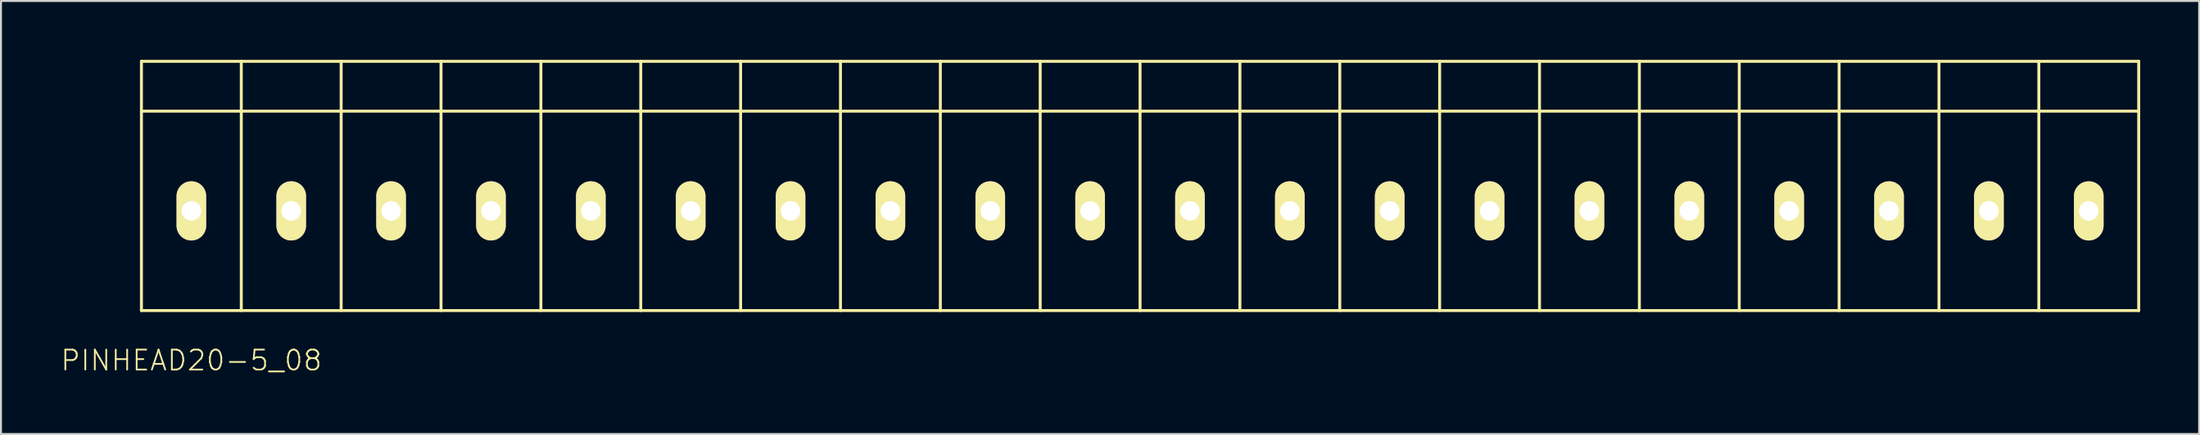
<source format=kicad_pcb>
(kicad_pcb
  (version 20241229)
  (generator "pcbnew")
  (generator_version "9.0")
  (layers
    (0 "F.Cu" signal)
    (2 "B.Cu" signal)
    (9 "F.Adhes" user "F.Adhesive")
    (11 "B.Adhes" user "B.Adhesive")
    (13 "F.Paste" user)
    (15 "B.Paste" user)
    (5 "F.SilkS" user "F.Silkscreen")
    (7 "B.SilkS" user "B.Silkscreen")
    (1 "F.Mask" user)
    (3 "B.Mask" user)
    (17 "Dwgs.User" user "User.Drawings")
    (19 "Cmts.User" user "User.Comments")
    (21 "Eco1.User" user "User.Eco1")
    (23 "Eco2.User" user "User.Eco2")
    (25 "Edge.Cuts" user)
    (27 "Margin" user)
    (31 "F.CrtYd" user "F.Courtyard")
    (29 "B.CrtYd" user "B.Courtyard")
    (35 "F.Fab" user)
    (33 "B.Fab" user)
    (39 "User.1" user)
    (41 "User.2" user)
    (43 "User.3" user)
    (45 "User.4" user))
  (footprint "PINHEAD20-5_08"
    (layer "F.Cu")
    (at 54.944 7.695)
    (property "Reference" "PINHEAD20-5_08" (at -48.26 7.62 0) (layer "F.SilkS") (effects (font (size 1.016 1.016) (thickness 0.089))))
    (attr exclude_from_pos_files exclude_from_bom)
    (fp_line (start -50.8 -7.62) (end 50.8 -7.62) (stroke (width 0.15) (type solid)) (layer "F.SilkS"))
    (fp_line (start -50.8 -5.08) (end 50.8 -5.08) (stroke (width 0.15) (type solid)) (layer "F.SilkS"))
    (fp_line (start -50.8 5.08) (end -50.8 -7.62) (stroke (width 0.15) (type solid)) (layer "F.SilkS"))
    (fp_line (start -45.72 -7.62) (end -45.72 5.08) (stroke (width 0.15) (type solid)) (layer "F.SilkS"))
    (fp_line (start -40.64 -7.62) (end -40.64 5.08) (stroke (width 0.15) (type solid)) (layer "F.SilkS"))
    (fp_line (start -35.56 -7.62) (end -35.56 5.08) (stroke (width 0.15) (type solid)) (layer "F.SilkS"))
    (fp_line (start -30.48 -7.62) (end -30.48 5.08) (stroke (width 0.15) (type solid)) (layer "F.SilkS"))
    (fp_line (start -25.4 -7.62) (end -25.4 5.08) (stroke (width 0.15) (type solid)) (layer "F.SilkS"))
    (fp_line (start -20.32 -7.62) (end -20.32 5.08) (stroke (width 0.15) (type solid)) (layer "F.SilkS"))
    (fp_line (start -15.24 -7.62) (end -15.24 5.08) (stroke (width 0.15) (type solid)) (layer "F.SilkS"))
    (fp_line (start -10.16 -7.62) (end -10.16 5.08) (stroke (width 0.15) (type solid)) (layer "F.SilkS"))
    (fp_line (start -5.08 -7.62) (end -5.08 5.08) (stroke (width 0.15) (type solid)) (layer "F.SilkS"))
    (fp_line (start 0 -7.62) (end 0 5.08) (stroke (width 0.15) (type solid)) (layer "F.SilkS"))
    (fp_line (start 5.08 -7.62) (end 5.08 5.08) (stroke (width 0.15) (type solid)) (layer "F.SilkS"))
    (fp_line (start 10.16 -7.62) (end 10.16 5.08) (stroke (width 0.15) (type solid)) (layer "F.SilkS"))
    (fp_line (start 15.24 -7.62) (end 15.24 5.08) (stroke (width 0.15) (type solid)) (layer "F.SilkS"))
    (fp_line (start 20.32 -7.62) (end 20.32 5.08) (stroke (width 0.15) (type solid)) (layer "F.SilkS"))
    (fp_line (start 25.4 -7.62) (end 25.4 5.08) (stroke (width 0.15) (type solid)) (layer "F.SilkS"))
    (fp_line (start 30.48 -7.62) (end 30.48 5.08) (stroke (width 0.15) (type solid)) (layer "F.SilkS"))
    (fp_line (start 35.56 -7.62) (end 35.56 5.08) (stroke (width 0.15) (type solid)) (layer "F.SilkS"))
    (fp_line (start 40.64 -7.62) (end 40.64 5.08) (stroke (width 0.15) (type solid)) (layer "F.SilkS"))
    (fp_line (start 45.72 -7.62) (end 45.72 5.08) (stroke (width 0.15) (type solid)) (layer "F.SilkS"))
    (fp_line (start 50.8 -7.62) (end 50.8 5.08) (stroke (width 0.15) (type solid)) (layer "F.SilkS"))
    (fp_line (start 50.8 5.08) (end -50.8 5.08) (stroke (width 0.15) (type solid)) (layer "F.SilkS"))
    (pad "1" thru_hole oval (at -48.26 0) (size 1.506 3.015) (drill 0.998) (layers "*.Cu" "F.Mask" "F.SilkS" "F.Paste"))
    (pad "2" thru_hole oval (at -43.18 0) (size 1.506 3.015) (drill 0.998) (layers "*.Cu" "F.Mask" "F.SilkS" "F.Paste"))
    (pad "3" thru_hole oval (at -38.1 0) (size 1.506 3.015) (drill 0.998) (layers "*.Cu" "F.Mask" "F.SilkS" "F.Paste"))
    (pad "4" thru_hole oval (at -33.02 0) (size 1.506 3.015) (drill 0.998) (layers "*.Cu" "F.Mask" "F.SilkS" "F.Paste"))
    (pad "5" thru_hole oval (at -27.94 0) (size 1.506 3.015) (drill 0.998) (layers "*.Cu" "F.Mask" "F.SilkS" "F.Paste"))
    (pad "6" thru_hole oval (at -22.86 0) (size 1.506 3.015) (drill 0.998) (layers "*.Cu" "F.Mask" "F.SilkS" "F.Paste"))
    (pad "7" thru_hole oval (at -17.78 0) (size 1.506 3.015) (drill 0.998) (layers "*.Cu" "F.Mask" "F.SilkS" "F.Paste"))
    (pad "8" thru_hole oval (at -12.7 0) (size 1.506 3.015) (drill 0.998) (layers "*.Cu" "F.Mask" "F.SilkS" "F.Paste"))
    (pad "9" thru_hole oval (at -7.62 0) (size 1.506 3.015) (drill 0.998) (layers "*.Cu" "F.Mask" "F.SilkS" "F.Paste"))
    (pad "10" thru_hole oval (at -2.54 0) (size 1.506 3.015) (drill 0.998) (layers "*.Cu" "F.Mask" "F.SilkS" "F.Paste"))
    (pad "11" thru_hole oval (at 2.54 0) (size 1.506 3.015) (drill 0.998) (layers "*.Cu" "F.Mask" "F.SilkS" "F.Paste"))
    (pad "12" thru_hole oval (at 7.62 0) (size 1.506 3.015) (drill 0.998) (layers "*.Cu" "F.Mask" "F.SilkS" "F.Paste"))
    (pad "13" thru_hole oval (at 12.7 0) (size 1.506 3.015) (drill 0.998) (layers "*.Cu" "F.Mask" "F.SilkS" "F.Paste"))
    (pad "14" thru_hole oval (at 17.78 0) (size 1.506 3.015) (drill 0.998) (layers "*.Cu" "F.Mask" "F.SilkS" "F.Paste"))
    (pad "15" thru_hole oval (at 22.86 0) (size 1.506 3.015) (drill 0.998) (layers "*.Cu" "F.Mask" "F.SilkS" "F.Paste"))
    (pad "16" thru_hole oval (at 27.94 0) (size 1.506 3.015) (drill 0.998) (layers "*.Cu" "F.Mask" "F.SilkS" "F.Paste"))
    (pad "17" thru_hole oval (at 33.02 0) (size 1.506 3.015) (drill 0.998) (layers "*.Cu" "F.Mask" "F.SilkS" "F.Paste"))
    (pad "18" thru_hole oval (at 38.1 0) (size 1.506 3.015) (drill 0.998) (layers "*.Cu" "F.Mask" "F.SilkS" "F.Paste"))
    (pad "19" thru_hole oval (at 43.18 0) (size 1.506 3.015) (drill 0.998) (layers "*.Cu" "F.Mask" "F.SilkS" "F.Paste"))
    (pad "20" thru_hole oval (at 48.26 0) (size 1.506 3.015) (drill 0.998) (layers "*.Cu" "F.Mask" "F.SilkS" "F.Paste")))
  (gr_rect
    (start -3 -3)
    (end 108.819 19.065)
    (stroke (width 0.1) (type default))
    (fill no)
    (layer "Edge.Cuts")))
</source>
